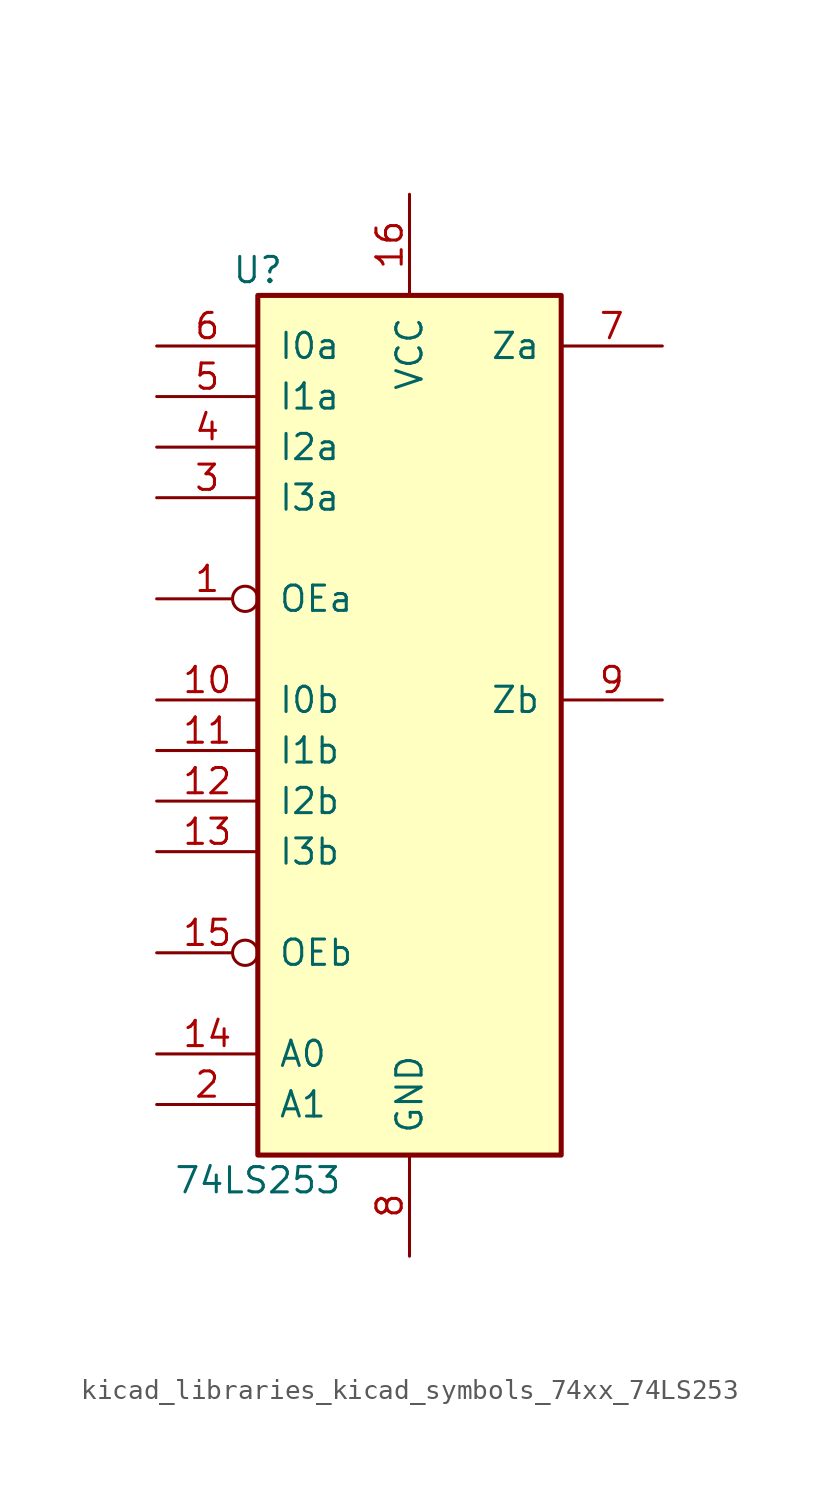
<source format=kicad_sym>
(kicad_symbol_lib
  (version 20220914)
  (generator kicad_symbol_editor)
  (symbol "kicad_libraries_kicad_symbols_74xx_74LS253"
    (pin_names
      (offset 1.016))
    (property "Reference" "U"
      (at -7.62 21.59 0)
      (effects (font (size 1.27 1.27))))
    (property "Value" "74LS253"
      (at -7.62 -24.13 0)
      (effects (font (size 1.27 1.27))))
    (property "ki_locked" ""
      (at 0 0 0)
      (effects (font (size 1.27 1.27))))
    (symbol "kicad_libraries_kicad_symbols_74xx_74LS253_1_0"
      (pin input inverted (at -12.7 5.08 0) (length 5.08) (name "OEa" (effects (font (size 1.27 1.27)))) (number "1" (effects (font (size 1.27 1.27)))))
      (pin input line (at -12.7 0 0) (length 5.08) (name "I0b" (effects (font (size 1.27 1.27)))) (number "10" (effects (font (size 1.27 1.27)))))
      (pin input line (at -12.7 -2.54 0) (length 5.08) (name "I1b" (effects (font (size 1.27 1.27)))) (number "11" (effects (font (size 1.27 1.27)))))
      (pin input line (at -12.7 -5.08 0) (length 5.08) (name "I2b" (effects (font (size 1.27 1.27)))) (number "12" (effects (font (size 1.27 1.27)))))
      (pin input line (at -12.7 -7.62 0) (length 5.08) (name "I3b" (effects (font (size 1.27 1.27)))) (number "13" (effects (font (size 1.27 1.27)))))
      (pin input line (at -12.7 -17.78 0) (length 5.08) (name "A0" (effects (font (size 1.27 1.27)))) (number "14" (effects (font (size 1.27 1.27)))))
      (pin input inverted (at -12.7 -12.7 0) (length 5.08) (name "OEb" (effects (font (size 1.27 1.27)))) (number "15" (effects (font (size 1.27 1.27)))))
      (pin power_in line (at 0 25.4 270) (length 5.08) (name "VCC" (effects (font (size 1.27 1.27)))) (number "16" (effects (font (size 1.27 1.27)))))
      (pin input line (at -12.7 -20.32 0) (length 5.08) (name "A1" (effects (font (size 1.27 1.27)))) (number "2" (effects (font (size 1.27 1.27)))))
      (pin input line (at -12.7 10.16 0) (length 5.08) (name "I3a" (effects (font (size 1.27 1.27)))) (number "3" (effects (font (size 1.27 1.27)))))
      (pin input line (at -12.7 12.7 0) (length 5.08) (name "I2a" (effects (font (size 1.27 1.27)))) (number "4" (effects (font (size 1.27 1.27)))))
      (pin input line (at -12.7 15.24 0) (length 5.08) (name "I1a" (effects (font (size 1.27 1.27)))) (number "5" (effects (font (size 1.27 1.27)))))
      (pin input line (at -12.7 17.78 0) (length 5.08) (name "I0a" (effects (font (size 1.27 1.27)))) (number "6" (effects (font (size 1.27 1.27)))))
      (pin tri_state line (at 12.7 17.78 180) (length 5.08) (name "Za" (effects (font (size 1.27 1.27)))) (number "7" (effects (font (size 1.27 1.27)))))
      (pin power_in line (at 0 -27.94 90) (length 5.08) (name "GND" (effects (font (size 1.27 1.27)))) (number "8" (effects (font (size 1.27 1.27)))))
      (pin tri_state line (at 12.7 0 180) (length 5.08) (name "Zb" (effects (font (size 1.27 1.27)))) (number "9" (effects (font (size 1.27 1.27))))))
    (symbol "kicad_libraries_kicad_symbols_74xx_74LS253_1_1"
      (rectangle (start -7.62 20.32) (end 7.62 -22.86) (stroke (width 0.254) (type default)) (fill (type background))))))
</source>
